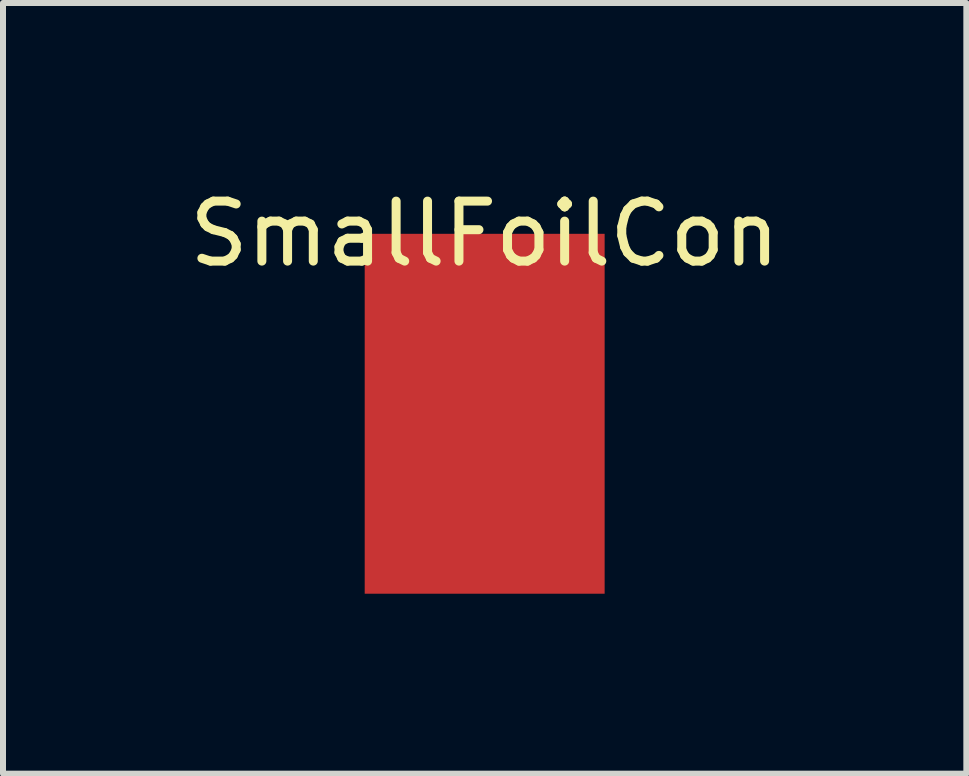
<source format=kicad_pcb>
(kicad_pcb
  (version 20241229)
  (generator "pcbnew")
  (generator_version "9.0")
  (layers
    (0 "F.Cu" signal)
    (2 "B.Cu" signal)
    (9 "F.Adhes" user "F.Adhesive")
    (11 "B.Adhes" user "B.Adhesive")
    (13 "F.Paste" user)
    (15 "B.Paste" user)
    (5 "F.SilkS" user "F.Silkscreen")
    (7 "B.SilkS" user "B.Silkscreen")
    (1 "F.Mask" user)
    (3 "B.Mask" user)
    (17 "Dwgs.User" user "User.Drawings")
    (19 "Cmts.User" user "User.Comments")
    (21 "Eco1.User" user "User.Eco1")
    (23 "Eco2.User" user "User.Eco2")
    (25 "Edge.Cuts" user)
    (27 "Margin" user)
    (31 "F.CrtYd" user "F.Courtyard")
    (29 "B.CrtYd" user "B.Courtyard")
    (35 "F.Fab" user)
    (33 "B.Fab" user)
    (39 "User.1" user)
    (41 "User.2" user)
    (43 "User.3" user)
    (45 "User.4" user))
  (footprint "SmallFoilCon"
    (layer "F.Cu")
    (at 5.03 3.848)
    (property "Reference" "SmallFoilCon" (at 0 -3 0) (layer "F.SilkS") (effects (font (size 1 1) (thickness 0.15))))
    (attr through_hole)
    (pad "1" smd rect (at 0 0) (size 4 6) (layers "F.Cu" "F.Mask" "F.Paste")))
  (gr_rect
    (start -3 -3)
    (end 13.06 9.848)
    (stroke (width 0.1) (type default))
    (fill no)
    (layer "Edge.Cuts")))
</source>
